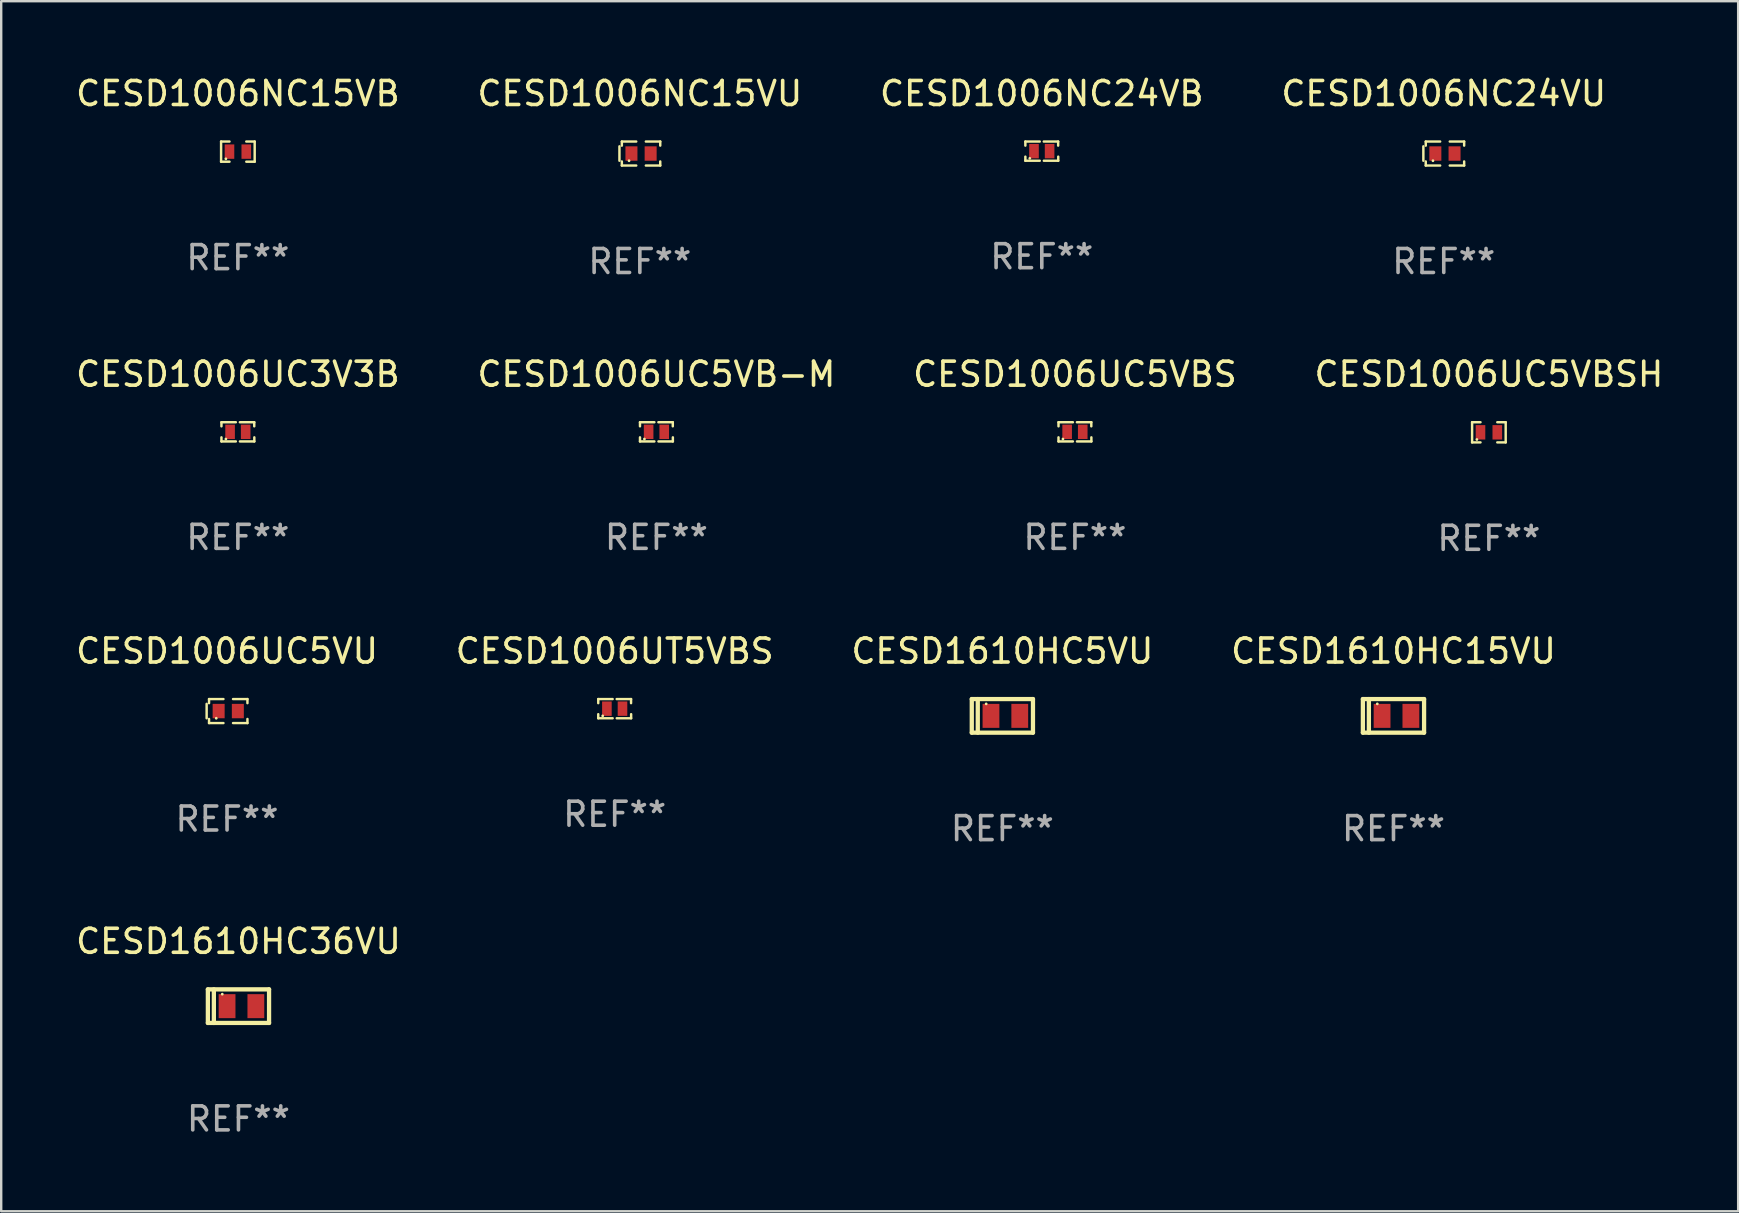
<source format=kicad_pcb>
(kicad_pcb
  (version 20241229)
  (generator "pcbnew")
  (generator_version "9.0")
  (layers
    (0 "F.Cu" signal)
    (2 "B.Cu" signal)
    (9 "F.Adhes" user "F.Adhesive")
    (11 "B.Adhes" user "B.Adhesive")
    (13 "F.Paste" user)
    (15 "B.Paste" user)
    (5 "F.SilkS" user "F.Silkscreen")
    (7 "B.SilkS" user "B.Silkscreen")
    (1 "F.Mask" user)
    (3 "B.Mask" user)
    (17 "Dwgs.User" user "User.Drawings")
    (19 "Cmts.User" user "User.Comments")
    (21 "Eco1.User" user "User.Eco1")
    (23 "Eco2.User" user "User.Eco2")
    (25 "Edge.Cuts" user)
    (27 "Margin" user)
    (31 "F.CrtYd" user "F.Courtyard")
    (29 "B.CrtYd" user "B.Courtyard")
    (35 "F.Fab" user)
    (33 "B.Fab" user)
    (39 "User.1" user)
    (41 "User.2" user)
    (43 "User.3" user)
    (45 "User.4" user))
  (footprint "CESD1006UC3V3B"
    (layer "F.Cu")
    (at 6.863 14.945)
    (property "Reference" "CESD1006UC3V3B" (at 0 -2.4 0) (layer "F.SilkS") (effects (font (size 1 1) (thickness 0.15))))
    (attr through_hole)
    (fp_line (start -0.685 -0.4) (end -0.685 -0.23) (stroke (width 0.102) (type solid)) (layer "F.SilkS"))
    (fp_line (start -0.685 0.4) (end -0.685 0.23) (stroke (width 0.102) (type solid)) (layer "F.SilkS"))
    (fp_line (start -0.085 -0.4) (end -0.685 -0.4) (stroke (width 0.102) (type solid)) (layer "F.SilkS"))
    (fp_line (start -0.085 0.4) (end -0.685 0.4) (stroke (width 0.102) (type solid)) (layer "F.SilkS"))
    (fp_line (start 0.082 -0.4) (end 0.682 -0.4) (stroke (width 0.102) (type solid)) (layer "F.SilkS"))
    (fp_line (start 0.085 0.4) (end 0.685 0.4) (stroke (width 0.102) (type solid)) (layer "F.SilkS"))
    (fp_line (start 0.682 -0.4) (end 0.682 -0.23) (stroke (width 0.102) (type solid)) (layer "F.SilkS"))
    (fp_line (start 0.685 0.4) (end 0.685 0.23) (stroke (width 0.102) (type solid)) (layer "F.SilkS"))
    (fp_circle (center -0.5 0.3) (end -0.47 0.3) (stroke (width 0.06) (type solid)) (fill no) (layer "F.SilkS"))
    (fp_text user "REF**" (at 0 4.4 0) (layer "F.Fab") (effects (font (size 1 1) (thickness 0.15))))
    (pad "1" smd rect (at -0.325 0) (size 0.4 0.6) (layers "F.Cu" "F.Mask" "F.Paste"))
    (pad "2" smd rect (at 0.325 0) (size 0.4 0.6) (layers "F.Cu" "F.Mask" "F.Paste")))
  (footprint "CESD1006NC15VU"
    (layer "F.Cu")
    (at 23.613 3.348)
    (property "Reference" "CESD1006NC15VU" (at 0 -2.5 0) (layer "F.SilkS") (effects (font (size 1 1) (thickness 0.15))))
    (attr through_hole)
    (fp_line (start -0.85 -0.3) (end -0.85 0.3) (stroke (width 0.102) (type solid)) (layer "F.SilkS"))
    (fp_line (start -0.75 -0.5) (end -0.75 -0.329) (stroke (width 0.102) (type solid)) (layer "F.SilkS"))
    (fp_line (start -0.75 0.329) (end -0.75 0.5) (stroke (width 0.102) (type solid)) (layer "F.SilkS"))
    (fp_line (start -0.75 0.5) (end -0.15 0.5) (stroke (width 0.102) (type solid)) (layer "F.SilkS"))
    (fp_line (start -0.15 -0.5) (end -0.75 -0.5) (stroke (width 0.102) (type solid)) (layer "F.SilkS"))
    (fp_line (start 0.25 -0.5) (end 0.85 -0.5) (stroke (width 0.102) (type solid)) (layer "F.SilkS"))
    (fp_line (start 0.85 -0.5) (end 0.85 -0.33) (stroke (width 0.102) (type solid)) (layer "F.SilkS"))
    (fp_line (start 0.85 0.33) (end 0.85 0.5) (stroke (width 0.102) (type solid)) (layer "F.SilkS"))
    (fp_line (start 0.85 0.5) (end 0.25 0.5) (stroke (width 0.102) (type solid)) (layer "F.SilkS"))
    (fp_circle (center -0.45 0.3) (end -0.42 0.3) (stroke (width 0.06) (type solid)) (fill no) (layer "F.SilkS"))
    (fp_text user "REF**" (at 0 4.5 0) (layer "F.Fab") (effects (font (size 1 1) (thickness 0.15))))
    (pad "1" smd rect (at -0.35 0) (size 0.5 0.6) (layers "F.Cu" "F.Mask" "F.Paste"))
    (pad "2" smd rect (at 0.45 0) (size 0.5 0.6) (layers "F.Cu" "F.Mask" "F.Paste")))
  (footprint "CESD1610HC36VU"
    (layer "F.Cu")
    (at 6.887 38.878)
    (property "Reference" "CESD1610HC36VU" (at 0 -2.7 0) (layer "F.SilkS") (effects (font (size 1 1) (thickness 0.15))))
    (attr through_hole)
    (fp_line (start -1.275 -0.7) (end -1.275 0.7) (stroke (width 0.178) (type solid)) (layer "F.SilkS"))
    (fp_line (start -1.275 -0.7) (end 1.275 -0.7) (stroke (width 0.178) (type solid)) (layer "F.SilkS"))
    (fp_line (start -1.275 0.7) (end 1.275 0.7) (stroke (width 0.178) (type solid)) (layer "F.SilkS"))
    (fp_line (start -1.025 -0.7) (end -1.025 0.7) (stroke (width 0.178) (type solid)) (layer "F.SilkS"))
    (fp_line (start 1.275 -0.7) (end 1.275 0.7) (stroke (width 0.178) (type solid)) (layer "F.SilkS"))
    (fp_circle (center -0.675 -0.5) (end -0.645 -0.5) (stroke (width 0.06) (type solid)) (fill no) (layer "F.SilkS"))
    (fp_text user "REF**" (at 0 4.7 0) (layer "F.Fab") (effects (font (size 1 1) (thickness 0.15))))
    (pad "1" smd rect (at -0.475 0 90) (size 1 0.7) (layers "F.Cu" "F.Mask" "F.Paste"))
    (pad "2" smd rect (at 0.725 0 90) (size 1 0.7) (layers "F.Cu" "F.Mask" "F.Paste")))
  (footprint "CESD1006UC5VB-M"
    (layer "F.Cu")
    (at 24.304 14.945)
    (property "Reference" "CESD1006UC5VB-M" (at 0 -2.4 0) (layer "F.SilkS") (effects (font (size 1 1) (thickness 0.15))))
    (attr through_hole)
    (fp_line (start -0.685 -0.4) (end -0.685 -0.23) (stroke (width 0.102) (type solid)) (layer "F.SilkS"))
    (fp_line (start -0.685 0.4) (end -0.685 0.23) (stroke (width 0.102) (type solid)) (layer "F.SilkS"))
    (fp_line (start -0.085 -0.4) (end -0.685 -0.4) (stroke (width 0.102) (type solid)) (layer "F.SilkS"))
    (fp_line (start -0.085 0.4) (end -0.685 0.4) (stroke (width 0.102) (type solid)) (layer "F.SilkS"))
    (fp_line (start 0.082 -0.4) (end 0.682 -0.4) (stroke (width 0.102) (type solid)) (layer "F.SilkS"))
    (fp_line (start 0.085 0.4) (end 0.685 0.4) (stroke (width 0.102) (type solid)) (layer "F.SilkS"))
    (fp_line (start 0.682 -0.4) (end 0.682 -0.23) (stroke (width 0.102) (type solid)) (layer "F.SilkS"))
    (fp_line (start 0.685 0.4) (end 0.685 0.23) (stroke (width 0.102) (type solid)) (layer "F.SilkS"))
    (fp_circle (center -0.5 0.3) (end -0.47 0.3) (stroke (width 0.06) (type solid)) (fill no) (layer "F.SilkS"))
    (fp_text user "REF**" (at 0 4.4 0) (layer "F.Fab") (effects (font (size 1 1) (thickness 0.15))))
    (pad "1" smd rect (at -0.325 0) (size 0.4 0.6) (layers "F.Cu" "F.Mask" "F.Paste"))
    (pad "2" smd rect (at 0.325 0) (size 0.4 0.6) (layers "F.Cu" "F.Mask" "F.Paste")))
  (footprint "CESD1006UC5VU"
    (layer "F.Cu")
    (at 6.411 26.581)
    (property "Reference" "CESD1006UC5VU" (at 0 -2.5 0) (layer "F.SilkS") (effects (font (size 1 1) (thickness 0.15))))
    (attr through_hole)
    (fp_line (start -0.85 -0.3) (end -0.85 0.3) (stroke (width 0.102) (type solid)) (layer "F.SilkS"))
    (fp_line (start -0.75 -0.5) (end -0.75 -0.329) (stroke (width 0.102) (type solid)) (layer "F.SilkS"))
    (fp_line (start -0.75 0.329) (end -0.75 0.5) (stroke (width 0.102) (type solid)) (layer "F.SilkS"))
    (fp_line (start -0.75 0.5) (end -0.15 0.5) (stroke (width 0.102) (type solid)) (layer "F.SilkS"))
    (fp_line (start -0.15 -0.5) (end -0.75 -0.5) (stroke (width 0.102) (type solid)) (layer "F.SilkS"))
    (fp_line (start 0.25 -0.5) (end 0.85 -0.5) (stroke (width 0.102) (type solid)) (layer "F.SilkS"))
    (fp_line (start 0.85 -0.5) (end 0.85 -0.33) (stroke (width 0.102) (type solid)) (layer "F.SilkS"))
    (fp_line (start 0.85 0.33) (end 0.85 0.5) (stroke (width 0.102) (type solid)) (layer "F.SilkS"))
    (fp_line (start 0.85 0.5) (end 0.25 0.5) (stroke (width 0.102) (type solid)) (layer "F.SilkS"))
    (fp_circle (center -0.45 0.3) (end -0.42 0.3) (stroke (width 0.06) (type solid)) (fill no) (layer "F.SilkS"))
    (fp_text user "REF**" (at 0 4.5 0) (layer "F.Fab") (effects (font (size 1 1) (thickness 0.15))))
    (pad "1" smd rect (at -0.35 0) (size 0.5 0.6) (layers "F.Cu" "F.Mask" "F.Paste"))
    (pad "2" smd rect (at 0.45 0) (size 0.5 0.6) (layers "F.Cu" "F.Mask" "F.Paste")))
  (footprint "CESD1006NC24VU"
    (layer "F.Cu")
    (at 57.113 3.348)
    (property "Reference" "CESD1006NC24VU" (at 0 -2.5 0) (layer "F.SilkS") (effects (font (size 1 1) (thickness 0.15))))
    (attr through_hole)
    (fp_line (start -0.85 -0.3) (end -0.85 0.3) (stroke (width 0.102) (type solid)) (layer "F.SilkS"))
    (fp_line (start -0.75 -0.5) (end -0.75 -0.329) (stroke (width 0.102) (type solid)) (layer "F.SilkS"))
    (fp_line (start -0.75 0.329) (end -0.75 0.5) (stroke (width 0.102) (type solid)) (layer "F.SilkS"))
    (fp_line (start -0.75 0.5) (end -0.15 0.5) (stroke (width 0.102) (type solid)) (layer "F.SilkS"))
    (fp_line (start -0.15 -0.5) (end -0.75 -0.5) (stroke (width 0.102) (type solid)) (layer "F.SilkS"))
    (fp_line (start 0.25 -0.5) (end 0.85 -0.5) (stroke (width 0.102) (type solid)) (layer "F.SilkS"))
    (fp_line (start 0.85 -0.5) (end 0.85 -0.33) (stroke (width 0.102) (type solid)) (layer "F.SilkS"))
    (fp_line (start 0.85 0.33) (end 0.85 0.5) (stroke (width 0.102) (type solid)) (layer "F.SilkS"))
    (fp_line (start 0.85 0.5) (end 0.25 0.5) (stroke (width 0.102) (type solid)) (layer "F.SilkS"))
    (fp_circle (center -0.45 0.3) (end -0.42 0.3) (stroke (width 0.06) (type solid)) (fill no) (layer "F.SilkS"))
    (fp_text user "REF**" (at 0 4.5 0) (layer "F.Fab") (effects (font (size 1 1) (thickness 0.15))))
    (pad "1" smd rect (at -0.35 0) (size 0.5 0.6) (layers "F.Cu" "F.Mask" "F.Paste"))
    (pad "2" smd rect (at 0.45 0) (size 0.5 0.6) (layers "F.Cu" "F.Mask" "F.Paste")))
  (footprint "CESD1610HC15VU"
    (layer "F.Cu")
    (at 55.018 26.781)
    (property "Reference" "CESD1610HC15VU" (at 0 -2.7 0) (layer "F.SilkS") (effects (font (size 1 1) (thickness 0.15))))
    (attr through_hole)
    (fp_line (start -1.275 -0.7) (end -1.275 0.7) (stroke (width 0.178) (type solid)) (layer "F.SilkS"))
    (fp_line (start -1.275 -0.7) (end 1.275 -0.7) (stroke (width 0.178) (type solid)) (layer "F.SilkS"))
    (fp_line (start -1.275 0.7) (end 1.275 0.7) (stroke (width 0.178) (type solid)) (layer "F.SilkS"))
    (fp_line (start -1.025 -0.7) (end -1.025 0.7) (stroke (width 0.178) (type solid)) (layer "F.SilkS"))
    (fp_line (start 1.275 -0.7) (end 1.275 0.7) (stroke (width 0.178) (type solid)) (layer "F.SilkS"))
    (fp_circle (center -0.675 -0.5) (end -0.645 -0.5) (stroke (width 0.06) (type solid)) (fill no) (layer "F.SilkS"))
    (fp_text user "REF**" (at 0 4.7 0) (layer "F.Fab") (effects (font (size 1 1) (thickness 0.15))))
    (pad "1" smd rect (at -0.475 0 90) (size 1 0.7) (layers "F.Cu" "F.Mask" "F.Paste"))
    (pad "2" smd rect (at 0.725 0 90) (size 1 0.7) (layers "F.Cu" "F.Mask" "F.Paste")))
  (footprint "CESD1006UC5VBSH"
    (layer "F.Cu")
    (at 58.994 14.965)
    (property "Reference" "CESD1006UC5VBSH" (at 0 -2.42 0) (layer "F.SilkS") (effects (font (size 1 1) (thickness 0.15))))
    (attr through_hole)
    (fp_line (start -0.7 -0.42) (end -0.7 0.42) (stroke (width 0.102) (type solid)) (layer "F.SilkS"))
    (fp_line (start -0.7 0.42) (end -0.35 0.42) (stroke (width 0.102) (type solid)) (layer "F.SilkS"))
    (fp_line (start -0.35 -0.42) (end -0.7 -0.42) (stroke (width 0.102) (type solid)) (layer "F.SilkS"))
    (fp_line (start 0.35 0.42) (end 0.7 0.42) (stroke (width 0.102) (type solid)) (layer "F.SilkS"))
    (fp_line (start 0.7 -0.42) (end 0.35 -0.42) (stroke (width 0.102) (type solid)) (layer "F.SilkS"))
    (fp_line (start 0.7 0.42) (end 0.7 -0.42) (stroke (width 0.102) (type solid)) (layer "F.SilkS"))
    (fp_circle (center -0.5 0.3) (end -0.47 0.3) (stroke (width 0.06) (type solid)) (fill no) (layer "F.SilkS"))
    (fp_text user "REF**" (at 0 4.42 0) (layer "F.Fab") (effects (font (size 1 1) (thickness 0.15))))
    (pad "1" smd rect (at -0.35 0) (size 0.4 0.6) (layers "F.Cu" "F.Mask" "F.Paste"))
    (pad "2" smd rect (at 0.35 0) (size 0.4 0.6) (layers "F.Cu" "F.Mask" "F.Paste")))
  (footprint "CESD1006UT5VBS"
    (layer "F.Cu")
    (at 22.565 26.481)
    (property "Reference" "CESD1006UT5VBS" (at 0 -2.4 0) (layer "F.SilkS") (effects (font (size 1 1) (thickness 0.15))))
    (attr through_hole)
    (fp_line (start -0.685 -0.4) (end -0.685 -0.23) (stroke (width 0.102) (type solid)) (layer "F.SilkS"))
    (fp_line (start -0.685 0.4) (end -0.685 0.23) (stroke (width 0.102) (type solid)) (layer "F.SilkS"))
    (fp_line (start -0.085 -0.4) (end -0.685 -0.4) (stroke (width 0.102) (type solid)) (layer "F.SilkS"))
    (fp_line (start -0.085 0.4) (end -0.685 0.4) (stroke (width 0.102) (type solid)) (layer "F.SilkS"))
    (fp_line (start 0.082 -0.4) (end 0.682 -0.4) (stroke (width 0.102) (type solid)) (layer "F.SilkS"))
    (fp_line (start 0.085 0.4) (end 0.685 0.4) (stroke (width 0.102) (type solid)) (layer "F.SilkS"))
    (fp_line (start 0.682 -0.4) (end 0.682 -0.23) (stroke (width 0.102) (type solid)) (layer "F.SilkS"))
    (fp_line (start 0.685 0.4) (end 0.685 0.23) (stroke (width 0.102) (type solid)) (layer "F.SilkS"))
    (fp_circle (center -0.5 0.3) (end -0.47 0.3) (stroke (width 0.06) (type solid)) (fill no) (layer "F.SilkS"))
    (fp_text user "REF**" (at 0 4.4 0) (layer "F.Fab") (effects (font (size 1 1) (thickness 0.15))))
    (pad "1" smd rect (at -0.325 0) (size 0.4 0.6) (layers "F.Cu" "F.Mask" "F.Paste"))
    (pad "2" smd rect (at 0.325 0) (size 0.4 0.6) (layers "F.Cu" "F.Mask" "F.Paste")))
  (footprint "CESD1006NC24VB"
    (layer "F.Cu")
    (at 40.363 3.248)
    (property "Reference" "CESD1006NC24VB" (at 0 -2.4 0) (layer "F.SilkS") (effects (font (size 1 1) (thickness 0.15))))
    (attr through_hole)
    (fp_line (start -0.685 -0.4) (end -0.685 -0.23) (stroke (width 0.102) (type solid)) (layer "F.SilkS"))
    (fp_line (start -0.685 0.4) (end -0.685 0.23) (stroke (width 0.102) (type solid)) (layer "F.SilkS"))
    (fp_line (start -0.085 -0.4) (end -0.685 -0.4) (stroke (width 0.102) (type solid)) (layer "F.SilkS"))
    (fp_line (start -0.085 0.4) (end -0.685 0.4) (stroke (width 0.102) (type solid)) (layer "F.SilkS"))
    (fp_line (start 0.082 -0.4) (end 0.682 -0.4) (stroke (width 0.102) (type solid)) (layer "F.SilkS"))
    (fp_line (start 0.085 0.4) (end 0.685 0.4) (stroke (width 0.102) (type solid)) (layer "F.SilkS"))
    (fp_line (start 0.682 -0.4) (end 0.682 -0.23) (stroke (width 0.102) (type solid)) (layer "F.SilkS"))
    (fp_line (start 0.685 0.4) (end 0.685 0.23) (stroke (width 0.102) (type solid)) (layer "F.SilkS"))
    (fp_circle (center -0.5 0.3) (end -0.47 0.3) (stroke (width 0.06) (type solid)) (fill no) (layer "F.SilkS"))
    (fp_text user "REF**" (at 0 4.4 0) (layer "F.Fab") (effects (font (size 1 1) (thickness 0.15))))
    (pad "1" smd rect (at -0.325 0) (size 0.4 0.6) (layers "F.Cu" "F.Mask" "F.Paste"))
    (pad "2" smd rect (at 0.325 0) (size 0.4 0.6) (layers "F.Cu" "F.Mask" "F.Paste")))
  (footprint "CESD1006NC15VB"
    (layer "F.Cu")
    (at 6.863 3.268)
    (property "Reference" "CESD1006NC15VB" (at 0 -2.42 0) (layer "F.SilkS") (effects (font (size 1 1) (thickness 0.15))))
    (attr through_hole)
    (fp_line (start -0.7 -0.42) (end -0.7 0.42) (stroke (width 0.102) (type solid)) (layer "F.SilkS"))
    (fp_line (start -0.7 0.42) (end -0.35 0.42) (stroke (width 0.102) (type solid)) (layer "F.SilkS"))
    (fp_line (start -0.35 -0.42) (end -0.7 -0.42) (stroke (width 0.102) (type solid)) (layer "F.SilkS"))
    (fp_line (start 0.35 0.42) (end 0.7 0.42) (stroke (width 0.102) (type solid)) (layer "F.SilkS"))
    (fp_line (start 0.7 -0.42) (end 0.35 -0.42) (stroke (width 0.102) (type solid)) (layer "F.SilkS"))
    (fp_line (start 0.7 0.42) (end 0.7 -0.42) (stroke (width 0.102) (type solid)) (layer "F.SilkS"))
    (fp_circle (center -0.5 0.3) (end -0.47 0.3) (stroke (width 0.06) (type solid)) (fill no) (layer "F.SilkS"))
    (fp_text user "REF**" (at 0 4.42 0) (layer "F.Fab") (effects (font (size 1 1) (thickness 0.15))))
    (pad "1" smd rect (at -0.35 0) (size 0.4 0.6) (layers "F.Cu" "F.Mask" "F.Paste"))
    (pad "2" smd rect (at 0.35 0) (size 0.4 0.6) (layers "F.Cu" "F.Mask" "F.Paste")))
  (footprint "CESD1006UC5VBS"
    (layer "F.Cu")
    (at 41.744 14.945)
    (property "Reference" "CESD1006UC5VBS" (at 0 -2.4 0) (layer "F.SilkS") (effects (font (size 1 1) (thickness 0.15))))
    (attr through_hole)
    (fp_line (start -0.685 -0.4) (end -0.685 -0.23) (stroke (width 0.102) (type solid)) (layer "F.SilkS"))
    (fp_line (start -0.685 0.4) (end -0.685 0.23) (stroke (width 0.102) (type solid)) (layer "F.SilkS"))
    (fp_line (start -0.085 -0.4) (end -0.685 -0.4) (stroke (width 0.102) (type solid)) (layer "F.SilkS"))
    (fp_line (start -0.085 0.4) (end -0.685 0.4) (stroke (width 0.102) (type solid)) (layer "F.SilkS"))
    (fp_line (start 0.082 -0.4) (end 0.682 -0.4) (stroke (width 0.102) (type solid)) (layer "F.SilkS"))
    (fp_line (start 0.085 0.4) (end 0.685 0.4) (stroke (width 0.102) (type solid)) (layer "F.SilkS"))
    (fp_line (start 0.682 -0.4) (end 0.682 -0.23) (stroke (width 0.102) (type solid)) (layer "F.SilkS"))
    (fp_line (start 0.685 0.4) (end 0.685 0.23) (stroke (width 0.102) (type solid)) (layer "F.SilkS"))
    (fp_circle (center -0.5 0.3) (end -0.47 0.3) (stroke (width 0.06) (type solid)) (fill no) (layer "F.SilkS"))
    (fp_text user "REF**" (at 0 4.4 0) (layer "F.Fab") (effects (font (size 1 1) (thickness 0.15))))
    (pad "1" smd rect (at -0.325 0) (size 0.4 0.6) (layers "F.Cu" "F.Mask" "F.Paste"))
    (pad "2" smd rect (at 0.325 0) (size 0.4 0.6) (layers "F.Cu" "F.Mask" "F.Paste")))
  (footprint "CESD1610HC5VU"
    (layer "F.Cu")
    (at 38.72 26.781)
    (property "Reference" "CESD1610HC5VU" (at 0 -2.7 0) (layer "F.SilkS") (effects (font (size 1 1) (thickness 0.15))))
    (attr through_hole)
    (fp_line (start -1.275 -0.7) (end -1.275 0.7) (stroke (width 0.178) (type solid)) (layer "F.SilkS"))
    (fp_line (start -1.275 -0.7) (end 1.275 -0.7) (stroke (width 0.178) (type solid)) (layer "F.SilkS"))
    (fp_line (start -1.275 0.7) (end 1.275 0.7) (stroke (width 0.178) (type solid)) (layer "F.SilkS"))
    (fp_line (start -1.025 -0.7) (end -1.025 0.7) (stroke (width 0.178) (type solid)) (layer "F.SilkS"))
    (fp_line (start 1.275 -0.7) (end 1.275 0.7) (stroke (width 0.178) (type solid)) (layer "F.SilkS"))
    (fp_circle (center -0.675 -0.5) (end -0.645 -0.5) (stroke (width 0.06) (type solid)) (fill no) (layer "F.SilkS"))
    (fp_text user "REF**" (at 0 4.7 0) (layer "F.Fab") (effects (font (size 1 1) (thickness 0.15))))
    (pad "1" smd rect (at -0.475 0 90) (size 1 0.7) (layers "F.Cu" "F.Mask" "F.Paste"))
    (pad "2" smd rect (at 0.725 0 90) (size 1 0.7) (layers "F.Cu" "F.Mask" "F.Paste")))
  (gr_rect
    (start -3 -3)
    (end 69.381 47.426)
    (stroke (width 0.1) (type default))
    (fill no)
    (layer "Edge.Cuts")))
</source>
